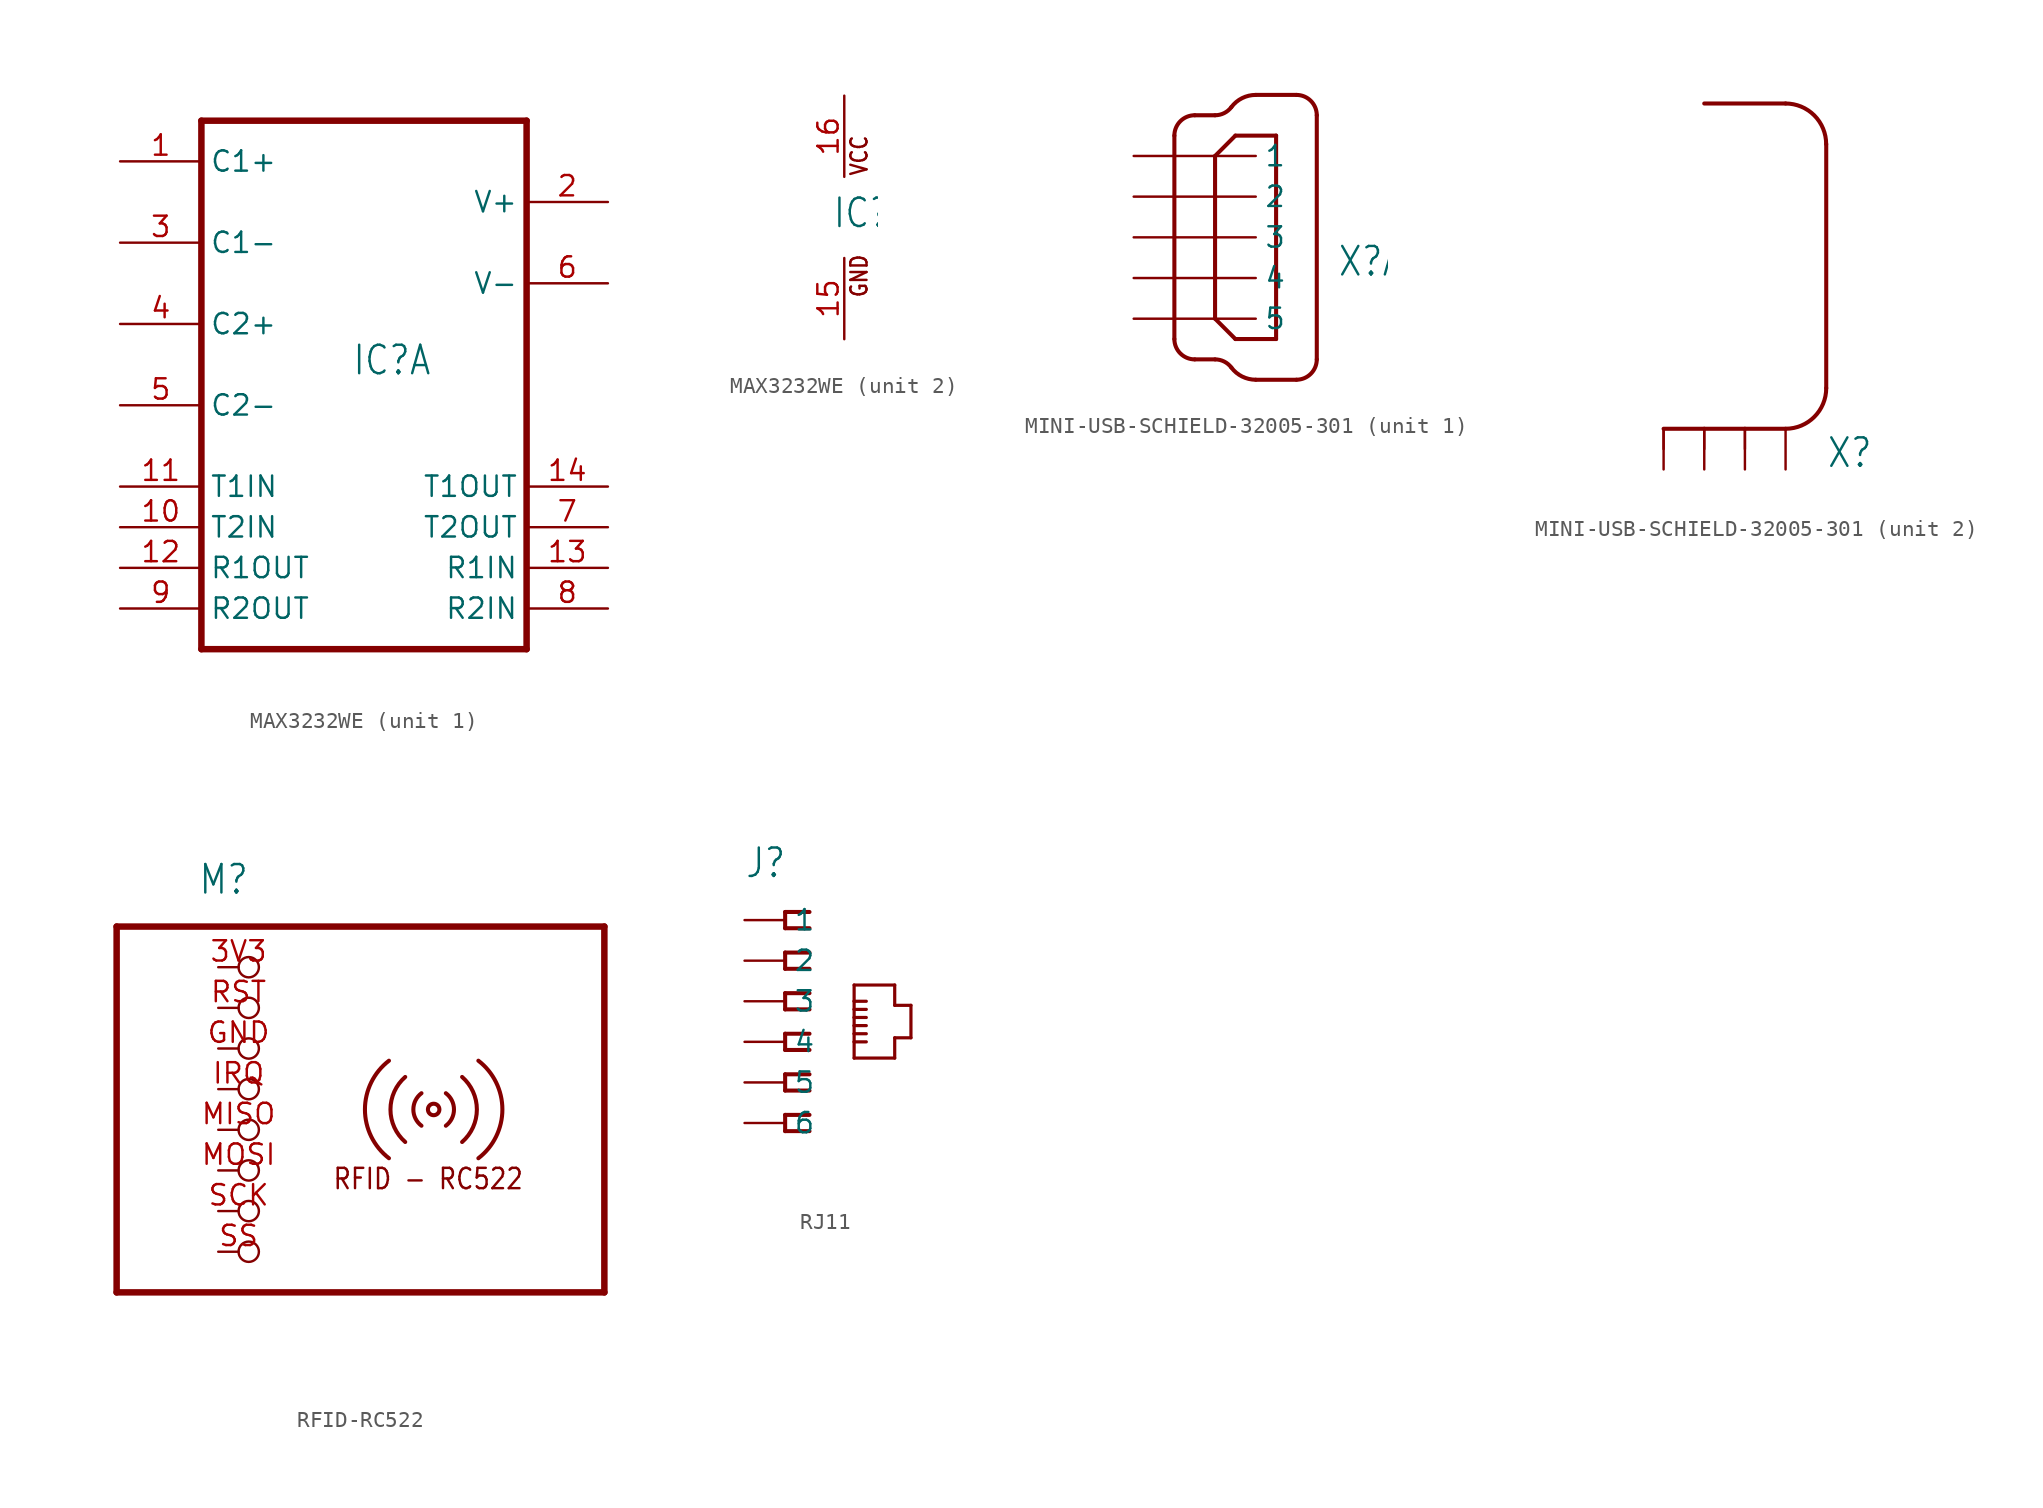
<source format=kicad_sym>
(kicad_symbol_lib
  (version 20231120)
  (generator "kicad_symbol_editor")
  (generator_version "8.0")
  (symbol "MAX3232WE"
    (property "Reference" "IC"
      (at -0.762 -0.762 0)
      (effects (font (size 1.778 1.511)) (justify left bottom)))
    (property "ki_locked" ""
      (at 0 0 0)
      (effects (font (size 1.27 1.27))))
    (symbol "MAX3232WE_1_0"
      (polyline (pts (xy -10.16 15.24) (xy -10.16 -17.78)) (stroke (width 0.406) (type solid)) (fill (type none)))
      (polyline (pts (xy -10.16 15.24) (xy 10.16 15.24)) (stroke (width 0.406) (type solid)) (fill (type none)))
      (polyline (pts (xy 10.16 -17.78) (xy -10.16 -17.78)) (stroke (width 0.406) (type solid)) (fill (type none)))
      (polyline (pts (xy 10.16 -17.78) (xy 10.16 15.24)) (stroke (width 0.406) (type solid)) (fill (type none)))
      (pin bidirectional line (at -15.24 12.7 0) (length 5.08) (name "C1+" (effects (font (size 1.27 1.27)))) (number "1" (effects (font (size 1.27 1.27)))))
      (pin input line (at -15.24 -10.16 0) (length 5.08) (name "T2IN" (effects (font (size 1.27 1.27)))) (number "10" (effects (font (size 1.27 1.27)))))
      (pin input line (at -15.24 -7.62 0) (length 5.08) (name "T1IN" (effects (font (size 1.27 1.27)))) (number "11" (effects (font (size 1.27 1.27)))))
      (pin output line (at -15.24 -12.7 0) (length 5.08) (name "R1OUT" (effects (font (size 1.27 1.27)))) (number "12" (effects (font (size 1.27 1.27)))))
      (pin input line (at 15.24 -12.7 180) (length 5.08) (name "R1IN" (effects (font (size 1.27 1.27)))) (number "13" (effects (font (size 1.27 1.27)))))
      (pin output line (at 15.24 -7.62 180) (length 5.08) (name "T1OUT" (effects (font (size 1.27 1.27)))) (number "14" (effects (font (size 1.27 1.27)))))
      (pin bidirectional line (at 15.24 10.16 180) (length 5.08) (name "V+" (effects (font (size 1.27 1.27)))) (number "2" (effects (font (size 1.27 1.27)))))
      (pin bidirectional line (at -15.24 7.62 0) (length 5.08) (name "C1-" (effects (font (size 1.27 1.27)))) (number "3" (effects (font (size 1.27 1.27)))))
      (pin bidirectional line (at -15.24 2.54 0) (length 5.08) (name "C2+" (effects (font (size 1.27 1.27)))) (number "4" (effects (font (size 1.27 1.27)))))
      (pin bidirectional line (at -15.24 -2.54 0) (length 5.08) (name "C2-" (effects (font (size 1.27 1.27)))) (number "5" (effects (font (size 1.27 1.27)))))
      (pin bidirectional line (at 15.24 5.08 180) (length 5.08) (name "V-" (effects (font (size 1.27 1.27)))) (number "6" (effects (font (size 1.27 1.27)))))
      (pin output line (at 15.24 -10.16 180) (length 5.08) (name "T2OUT" (effects (font (size 1.27 1.27)))) (number "7" (effects (font (size 1.27 1.27)))))
      (pin input line (at 15.24 -15.24 180) (length 5.08) (name "R2IN" (effects (font (size 1.27 1.27)))) (number "8" (effects (font (size 1.27 1.27)))))
      (pin output line (at -15.24 -15.24 0) (length 5.08) (name "R2OUT" (effects (font (size 1.27 1.27)))) (number "9" (effects (font (size 1.27 1.27))))))
    (symbol "MAX3232WE_2_0"
      (text "GND" (at 1.524 -5.08 900) (effects (font (size 1.016 0.864)) (justify left bottom)))
      (text "VCC" (at 1.524 2.54 900) (effects (font (size 1.016 0.864)) (justify left bottom)))
      (pin power_in line (at 0 -7.62 90) (length 5.08) (name "GND" (effects (font (size 0 0)))) (number "15" (effects (font (size 1.27 1.27)))))
      (pin power_in line (at 0 7.62 270) (length 5.08) (name "VCC" (effects (font (size 0 0)))) (number "16" (effects (font (size 1.27 1.27)))))))
  (symbol "MINI-USB-SCHIELD-32005-301"
    (property "Reference" "X"
      (at 7.62 -2.54 0)
      (effects (font (size 1.778 1.511)) (justify left bottom)))
    (property "ki_locked" ""
      (at 0 0 0)
      (effects (font (size 1.27 1.27))))
    (symbol "MINI-USB-SCHIELD-32005-301_1_0"
      (arc (start -2.54 -6.35) (mid -2.168 -7.248) (end -1.27 -7.62) (stroke (width 0.254) (type solid)) (fill (type none)))
      (arc (start -1.27 7.62) (mid -2.168 7.248) (end -2.54 6.35) (stroke (width 0.254) (type solid)) (fill (type none)))
      (polyline (pts (xy -2.54 6.35) (xy -2.54 -6.35)) (stroke (width 0.254) (type solid)) (fill (type none)))
      (polyline (pts (xy -1.27 -7.62) (xy 0 -7.62)) (stroke (width 0.254) (type solid)) (fill (type none)))
      (polyline (pts (xy -1.27 7.62) (xy 0 7.62)) (stroke (width 0.254) (type solid)) (fill (type none)))
      (polyline (pts (xy 0 -5.08) (xy 1.27 -6.35)) (stroke (width 0.254) (type solid)) (fill (type none)))
      (polyline (pts (xy 0 5.08) (xy 0 -5.08)) (stroke (width 0.254) (type solid)) (fill (type none)))
      (polyline (pts (xy 1.27 -6.35) (xy 3.81 -6.35)) (stroke (width 0.254) (type solid)) (fill (type none)))
      (polyline (pts (xy 1.27 6.35) (xy 0 5.08)) (stroke (width 0.254) (type solid)) (fill (type none)))
      (polyline (pts (xy 2.54 -8.89) (xy 5.08 -8.89)) (stroke (width 0.254) (type solid)) (fill (type none)))
      (polyline (pts (xy 2.54 8.89) (xy 5.08 8.89)) (stroke (width 0.254) (type solid)) (fill (type none)))
      (polyline (pts (xy 3.81 -6.35) (xy 3.81 6.35)) (stroke (width 0.254) (type solid)) (fill (type none)))
      (polyline (pts (xy 3.81 6.35) (xy 1.27 6.35)) (stroke (width 0.254) (type solid)) (fill (type none)))
      (polyline (pts (xy 6.35 -7.62) (xy 6.35 7.62)) (stroke (width 0.254) (type solid)) (fill (type none)))
      (arc (start 0 7.62) (mid 0.568 7.7541) (end 1.016 8.128) (stroke (width 0.254) (type solid)) (fill (type none)))
      (arc (start 1.016 -8.128) (mid 0.568 -7.7541) (end 0 -7.62) (stroke (width 0.254) (type solid)) (fill (type none)))
      (arc (start 1.016 -8.128) (mid 1.6881 -8.6889) (end 2.5401 -8.89) (stroke (width 0.254) (type solid)) (fill (type none)))
      (arc (start 2.5401 8.89) (mid 1.6881 8.6889) (end 1.016 8.128) (stroke (width 0.254) (type solid)) (fill (type none)))
      (arc (start 5.08 -8.89) (mid 5.978 -8.518) (end 6.35 -7.62) (stroke (width 0.254) (type solid)) (fill (type none)))
      (arc (start 6.35 7.62) (mid 5.978 8.518) (end 5.08 8.89) (stroke (width 0.254) (type solid)) (fill (type none)))
      (pin passive line (at -5.08 5.08 0) (length 7.62) (name "1" (effects (font (size 1.27 1.27)))) (number "1" (effects (font (size 0 0)))))
      (pin passive line (at -5.08 2.54 0) (length 7.62) (name "2" (effects (font (size 1.27 1.27)))) (number "2" (effects (font (size 0 0)))))
      (pin passive line (at -5.08 0 0) (length 7.62) (name "3" (effects (font (size 1.27 1.27)))) (number "3" (effects (font (size 0 0)))))
      (pin passive line (at -5.08 -2.54 0) (length 7.62) (name "4" (effects (font (size 1.27 1.27)))) (number "4" (effects (font (size 0 0)))))
      (pin passive line (at -5.08 -5.08 0) (length 7.62) (name "5" (effects (font (size 1.27 1.27)))) (number "5" (effects (font (size 0 0))))))
    (symbol "MINI-USB-SCHIELD-32005-301_2_0"
      (polyline (pts (xy -2.54 -1.27) (xy -2.54 0)) (stroke (width 0.152) (type solid)) (fill (type none)))
      (polyline (pts (xy -2.54 0) (xy 0 0)) (stroke (width 0.254) (type solid)) (fill (type none)))
      (polyline (pts (xy 0 -1.27) (xy 0 0)) (stroke (width 0.152) (type solid)) (fill (type none)))
      (polyline (pts (xy 0 0) (xy 2.54 0)) (stroke (width 0.254) (type solid)) (fill (type none)))
      (polyline (pts (xy 2.54 -1.27) (xy 2.54 0)) (stroke (width 0.152) (type solid)) (fill (type none)))
      (polyline (pts (xy 2.54 0) (xy 5.08 0)) (stroke (width 0.254) (type solid)) (fill (type none)))
      (polyline (pts (xy 5.08 20.32) (xy 0 20.32)) (stroke (width 0.254) (type solid)) (fill (type none)))
      (polyline (pts (xy 7.62 2.54) (xy 7.62 17.78)) (stroke (width 0.254) (type solid)) (fill (type none)))
      (arc (start 5.08 0) (mid 6.8761 0.7439) (end 7.62 2.54) (stroke (width 0.254) (type solid)) (fill (type none)))
      (arc (start 7.62 17.78) (mid 6.8761 19.5761) (end 5.08 20.32) (stroke (width 0.254) (type solid)) (fill (type none)))
      (pin passive line (at -2.54 -2.54 90) (length 2.54) (name "S1" (effects (font (size 0 0)))) (number "M1" (effects (font (size 0 0)))))
      (pin passive line (at 0 -2.54 90) (length 2.54) (name "S2" (effects (font (size 0 0)))) (number "M2" (effects (font (size 0 0)))))
      (pin passive line (at 2.54 -2.54 90) (length 2.54) (name "S3" (effects (font (size 0 0)))) (number "M3" (effects (font (size 0 0)))))
      (pin passive line (at 5.08 -2.54 90) (length 2.54) (name "S4" (effects (font (size 0 0)))) (number "M4" (effects (font (size 0 0)))))))
  (symbol "RFID-RC522"
    (property "Reference" "M"
      (at -3.81 13.335 0)
      (effects (font (size 1.778 1.511)) (justify left bottom)))
    (property "Value" ""
      (at -3.81 -15.24 0)
      (effects (font (size 1.778 1.511)) (justify left bottom)))
    (property "ki_locked" ""
      (at 0 0 0)
      (effects (font (size 1.27 1.27))))
    (symbol "RFID-RC522_1_0"
      (polyline (pts (xy -8.89 -11.43) (xy 21.59 -11.43)) (stroke (width 0.406) (type solid)) (fill (type none)))
      (polyline (pts (xy -8.89 11.43) (xy -8.89 -11.43)) (stroke (width 0.406) (type solid)) (fill (type none)))
      (polyline (pts (xy 21.59 -11.43) (xy 21.59 11.43)) (stroke (width 0.406) (type solid)) (fill (type none)))
      (polyline (pts (xy 21.59 11.43) (xy -8.89 11.43)) (stroke (width 0.406) (type solid)) (fill (type none)))
      (arc (start 8.128 3.048) (mid 6.6272 0) (end 8.128 -3.048) (stroke (width 0.254) (type solid)) (fill (type none)))
      (arc (start 9.1439 2.0319) (mid 8.2219 -0.0001) (end 9.144 -2.032) (stroke (width 0.254) (type solid)) (fill (type none)))
      (arc (start 10.1599 1.0159) (mid 9.652 -0.0001) (end 10.16 -1.016) (stroke (width 0.254) (type solid)) (fill (type none)))
      (circle (center 10.922 0) (radius 0.359) (stroke (width 0.254) (type solid)) (fill (type none)))
      (arc (start 11.684 -1.016) (mid 12.192 0) (end 11.684 1.016) (stroke (width 0.254) (type solid)) (fill (type none)))
      (arc (start 12.7 -2.032) (mid 13.6221 0) (end 12.7 2.032) (stroke (width 0.254) (type solid)) (fill (type none)))
      (arc (start 13.7159 -3.0481) (mid 15.2168 -0.0001) (end 13.716 3.048) (stroke (width 0.254) (type solid)) (fill (type none)))
      (text "RFID - RC522" (at 4.572 -5.08 0) (effects (font (size 1.27 1.079)) (justify left bottom)))
      (pin passive inverted (at -2.54 8.89 0) (length 2.54) (name "1" (effects (font (size 0 0)))) (number "3V3" (effects (font (size 1.27 1.27)))))
      (pin passive inverted (at -2.54 3.81 0) (length 2.54) (name "3" (effects (font (size 0 0)))) (number "GND" (effects (font (size 1.27 1.27)))))
      (pin passive inverted (at -2.54 1.27 0) (length 2.54) (name "4" (effects (font (size 0 0)))) (number "IRQ" (effects (font (size 1.27 1.27)))))
      (pin passive inverted (at -2.54 -1.27 0) (length 2.54) (name "5" (effects (font (size 0 0)))) (number "MISO" (effects (font (size 1.27 1.27)))))
      (pin passive inverted (at -2.54 -3.81 0) (length 2.54) (name "6" (effects (font (size 0 0)))) (number "MOSI" (effects (font (size 1.27 1.27)))))
      (pin passive inverted (at -2.54 6.35 0) (length 2.54) (name "2" (effects (font (size 0 0)))) (number "RST" (effects (font (size 1.27 1.27)))))
      (pin passive inverted (at -2.54 -6.35 0) (length 2.54) (name "7" (effects (font (size 0 0)))) (number "SCK" (effects (font (size 1.27 1.27)))))
      (pin passive inverted (at -2.54 -8.89 0) (length 2.54) (name "8" (effects (font (size 0 0)))) (number "SS" (effects (font (size 1.27 1.27)))))))
  (symbol "RJ11"
    (property "Reference" "J"
      (at -2.54 7.62 0)
      (effects (font (size 1.778 1.511)) (justify left bottom)))
    (property "Value" ""
      (at -2.54 -10.668 0)
      (effects (font (size 1.778 1.511)) (justify left bottom)))
    (property "ki_locked" ""
      (at 0 0 0)
      (effects (font (size 1.27 1.27))))
    (symbol "RJ11_1_0"
      (polyline (pts (xy 0 -8.128) (xy 1.524 -8.128)) (stroke (width 0.254) (type solid)) (fill (type none)))
      (polyline (pts (xy 0 -7.112) (xy 0 -8.128)) (stroke (width 0.254) (type solid)) (fill (type none)))
      (polyline (pts (xy 0 -5.588) (xy 1.524 -5.588)) (stroke (width 0.254) (type solid)) (fill (type none)))
      (polyline (pts (xy 0 -4.572) (xy 0 -5.588)) (stroke (width 0.254) (type solid)) (fill (type none)))
      (polyline (pts (xy 0 -3.048) (xy 1.524 -3.048)) (stroke (width 0.254) (type solid)) (fill (type none)))
      (polyline (pts (xy 0 -2.032) (xy 0 -3.048)) (stroke (width 0.254) (type solid)) (fill (type none)))
      (polyline (pts (xy 0 -0.508) (xy 1.524 -0.508)) (stroke (width 0.254) (type solid)) (fill (type none)))
      (polyline (pts (xy 0 0.508) (xy 0 -0.508)) (stroke (width 0.254) (type solid)) (fill (type none)))
      (polyline (pts (xy 0 2.032) (xy 1.524 2.032)) (stroke (width 0.254) (type solid)) (fill (type none)))
      (polyline (pts (xy 0 3.048) (xy 0 2.032)) (stroke (width 0.254) (type solid)) (fill (type none)))
      (polyline (pts (xy 0 4.572) (xy 1.524 4.572)) (stroke (width 0.254) (type solid)) (fill (type none)))
      (polyline (pts (xy 0 5.588) (xy 0 4.572)) (stroke (width 0.254) (type solid)) (fill (type none)))
      (polyline (pts (xy 1.524 -7.112) (xy 0 -7.112)) (stroke (width 0.254) (type solid)) (fill (type none)))
      (polyline (pts (xy 1.524 -4.572) (xy 0 -4.572)) (stroke (width 0.254) (type solid)) (fill (type none)))
      (polyline (pts (xy 1.524 -2.032) (xy 0 -2.032)) (stroke (width 0.254) (type solid)) (fill (type none)))
      (polyline (pts (xy 1.524 0.508) (xy 0 0.508)) (stroke (width 0.254) (type solid)) (fill (type none)))
      (polyline (pts (xy 1.524 3.048) (xy 0 3.048)) (stroke (width 0.254) (type solid)) (fill (type none)))
      (polyline (pts (xy 1.524 5.588) (xy 0 5.588)) (stroke (width 0.254) (type solid)) (fill (type none)))
      (polyline (pts (xy 4.318 -3.556) (xy 6.858 -3.556)) (stroke (width 0.2) (type solid)) (fill (type none)))
      (polyline (pts (xy 4.318 -2.54) (xy 4.318 -3.556)) (stroke (width 0.2) (type solid)) (fill (type none)))
      (polyline (pts (xy 4.318 -2.54) (xy 5.08 -2.54)) (stroke (width 0.2) (type solid)) (fill (type none)))
      (polyline (pts (xy 4.318 -2.032) (xy 4.318 -2.54)) (stroke (width 0.2) (type solid)) (fill (type none)))
      (polyline (pts (xy 4.318 -2.032) (xy 5.08 -2.032)) (stroke (width 0.2) (type solid)) (fill (type none)))
      (polyline (pts (xy 4.318 -1.524) (xy 4.318 -2.032)) (stroke (width 0.2) (type solid)) (fill (type none)))
      (polyline (pts (xy 4.318 -1.524) (xy 5.08 -1.524)) (stroke (width 0.2) (type solid)) (fill (type none)))
      (polyline (pts (xy 4.318 -1.016) (xy 4.318 -1.524)) (stroke (width 0.2) (type solid)) (fill (type none)))
      (polyline (pts (xy 4.318 -1.016) (xy 5.08 -1.016)) (stroke (width 0.2) (type solid)) (fill (type none)))
      (polyline (pts (xy 4.318 -0.508) (xy 4.318 -1.016)) (stroke (width 0.2) (type solid)) (fill (type none)))
      (polyline (pts (xy 4.318 -0.508) (xy 5.08 -0.508)) (stroke (width 0.2) (type solid)) (fill (type none)))
      (polyline (pts (xy 4.318 0) (xy 4.318 -0.508)) (stroke (width 0.2) (type solid)) (fill (type none)))
      (polyline (pts (xy 4.318 0) (xy 5.08 0)) (stroke (width 0.2) (type solid)) (fill (type none)))
      (polyline (pts (xy 4.318 1.016) (xy 4.318 0)) (stroke (width 0.2) (type solid)) (fill (type none)))
      (polyline (pts (xy 6.858 -3.556) (xy 6.858 -2.286)) (stroke (width 0.2) (type solid)) (fill (type none)))
      (polyline (pts (xy 6.858 -2.286) (xy 7.874 -2.286)) (stroke (width 0.2) (type solid)) (fill (type none)))
      (polyline (pts (xy 6.858 -0.254) (xy 6.858 1.016)) (stroke (width 0.2) (type solid)) (fill (type none)))
      (polyline (pts (xy 6.858 1.016) (xy 4.318 1.016)) (stroke (width 0.2) (type solid)) (fill (type none)))
      (polyline (pts (xy 7.874 -2.286) (xy 7.874 -0.254)) (stroke (width 0.2) (type solid)) (fill (type none)))
      (polyline (pts (xy 7.874 -0.254) (xy 6.858 -0.254)) (stroke (width 0.2) (type solid)) (fill (type none)))
      (pin passive line (at -2.54 5.08 0) (length 2.54) (name "1" (effects (font (size 1.27 1.27)))) (number "1" (effects (font (size 0 0)))))
      (pin passive line (at -2.54 2.54 0) (length 2.54) (name "2" (effects (font (size 1.27 1.27)))) (number "2" (effects (font (size 0 0)))))
      (pin passive line (at -2.54 0 0) (length 2.54) (name "3" (effects (font (size 1.27 1.27)))) (number "3" (effects (font (size 0 0)))))
      (pin passive line (at -2.54 -2.54 0) (length 2.54) (name "4" (effects (font (size 1.27 1.27)))) (number "4" (effects (font (size 0 0)))))
      (pin passive line (at -2.54 -5.08 0) (length 2.54) (name "5" (effects (font (size 1.27 1.27)))) (number "5" (effects (font (size 0 0)))))
      (pin passive line (at -2.54 -7.62 0) (length 2.54) (name "6" (effects (font (size 1.27 1.27)))) (number "6" (effects (font (size 0 0))))))))
</source>
